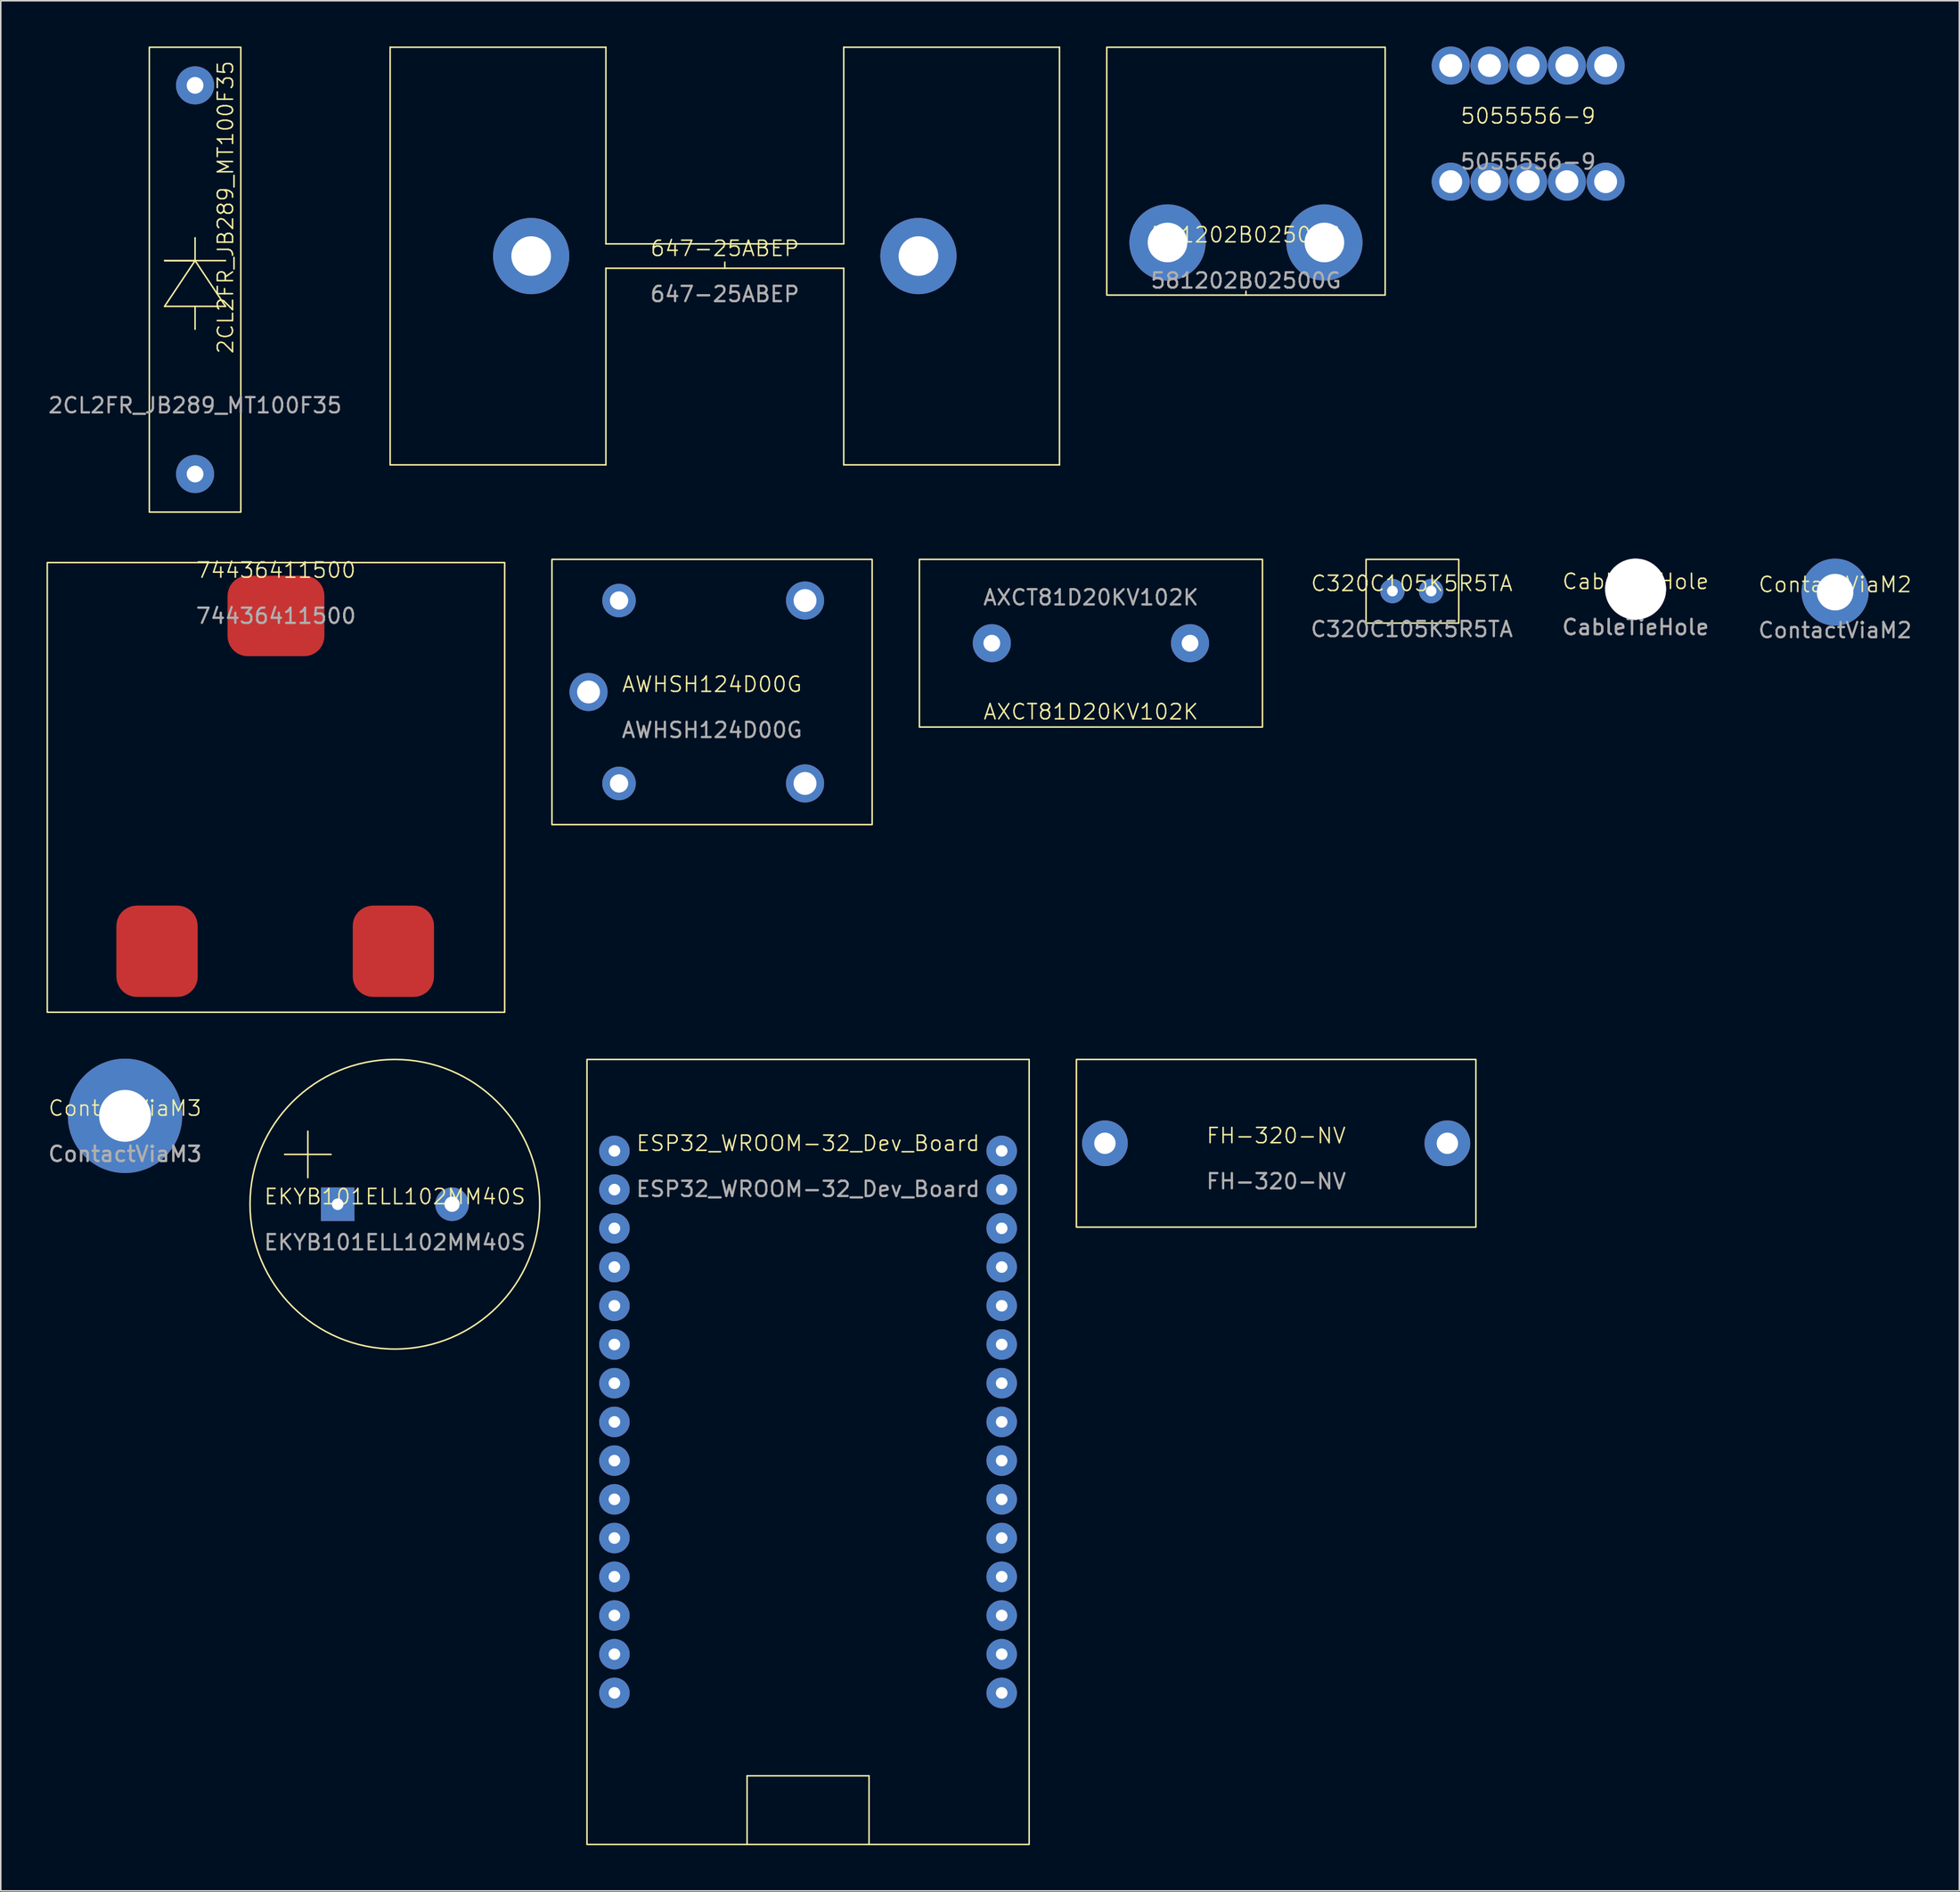
<source format=kicad_pcb>
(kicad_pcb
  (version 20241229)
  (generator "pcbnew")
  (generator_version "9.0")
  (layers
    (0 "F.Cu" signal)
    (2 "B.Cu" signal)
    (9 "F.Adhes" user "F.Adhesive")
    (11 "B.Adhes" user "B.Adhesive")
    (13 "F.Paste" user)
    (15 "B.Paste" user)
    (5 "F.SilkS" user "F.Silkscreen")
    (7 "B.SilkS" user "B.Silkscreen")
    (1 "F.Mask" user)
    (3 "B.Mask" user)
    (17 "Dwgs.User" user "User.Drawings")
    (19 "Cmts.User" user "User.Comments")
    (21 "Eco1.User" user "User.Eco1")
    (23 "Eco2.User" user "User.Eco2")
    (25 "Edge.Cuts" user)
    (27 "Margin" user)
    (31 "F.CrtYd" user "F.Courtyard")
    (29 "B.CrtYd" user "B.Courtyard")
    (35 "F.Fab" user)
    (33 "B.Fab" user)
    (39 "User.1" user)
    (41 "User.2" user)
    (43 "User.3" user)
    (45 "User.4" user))
  (footprint "C320C105K5R5TA"
    (layer "F.Cu")
    (at 89.544 35.73)
    (property "Reference" "C320C105K5R5TA" (at 0 -0.5 0) (unlocked yes) (layer "F.SilkS") (effects (font (size 1 1) (thickness 0.1))))
    (attr through_hole)
    (fp_rect (start -3 -2.08) (end 3.08 2.1) (stroke (width 0.1) (type default)) (fill no) (layer "F.SilkS"))
    (fp_text user "${REFERENCE}" (at 0 2.5 0) (unlocked yes) (layer "F.Fab") (effects (font (size 1 1) (thickness 0.15))))
    (pad "1" thru_hole circle (at -1.27 0) (size 1.6 1.6) (drill 0.7) (layers "*.Cu" "*.Mask"))
    (pad "2" thru_hole circle (at 1.27 0) (size 1.6 1.6) (drill 0.7) (layers "*.Cu" "*.Mask")))
  (footprint "581202B02500G"
    (layer "F.Cu")
    (at 78.668 12.86)
    (property "Reference" "581202B02500G" (at 0 -0.5 0) (unlocked yes) (layer "F.SilkS") (effects (font (size 1 1) (thickness 0.1))))
    (attr through_hole)
    (fp_line (start 0 3.45) (end 0 3.2) (stroke (width 0.1) (type default)) (layer "F.SilkS"))
    (fp_rect (start -9.13 -12.81) (end 9.13 3.45) (stroke (width 0.1) (type default)) (fill no) (layer "F.SilkS"))
    (fp_text user "${REFERENCE}" (at 0 2.5 0) (unlocked yes) (layer "F.Fab") (effects (font (size 1 1) (thickness 0.15))))
    (pad "1" thru_hole circle (at -5.145 0) (size 5 5) (drill 2.6) (layers "*.Cu" "*.Mask"))
    (pad "1" thru_hole circle (at 5.145 0) (size 5 5) (drill 2.6) (layers "*.Cu" "*.Mask")))
  (footprint "647-25ABEP"
    (layer "F.Cu")
    (at 44.488 13.75)
    (property "Reference" "647-25ABEP" (at 0 -0.5 0) (unlocked yes) (layer "F.SilkS") (effects (font (size 1 1) (thickness 0.1))))
    (attr through_hole)
    (fp_line (start -21.95 -13.7) (end -21.95 13.7) (stroke (width 0.1) (type default)) (layer "F.SilkS"))
    (fp_line (start -21.95 13.7) (end -7.8 13.7) (stroke (width 0.1) (type default)) (layer "F.SilkS"))
    (fp_line (start -7.8 -13.7) (end -21.95 -13.7) (stroke (width 0.1) (type default)) (layer "F.SilkS"))
    (fp_line (start -7.8 -0.8) (end -7.8 -13.7) (stroke (width 0.1) (type default)) (layer "F.SilkS"))
    (fp_line (start -7.8 -0.8) (end 7.8 -0.8) (stroke (width 0.1) (type default)) (layer "F.SilkS"))
    (fp_line (start -7.8 0.8) (end -7.8 13.7) (stroke (width 0.1) (type default)) (layer "F.SilkS"))
    (fp_line (start 0 0.8) (end 0 0.4) (stroke (width 0.1) (type default)) (layer "F.SilkS"))
    (fp_line (start 7.8 -0.8) (end 7.8 -13.7) (stroke (width 0.1) (type default)) (layer "F.SilkS"))
    (fp_line (start 7.8 0.8) (end -7.8 0.8) (stroke (width 0.1) (type default)) (layer "F.SilkS"))
    (fp_line (start 7.8 0.8) (end 7.8 13.7) (stroke (width 0.1) (type default)) (layer "F.SilkS"))
    (fp_line (start 7.8 13.7) (end 21.95 13.7) (stroke (width 0.1) (type default)) (layer "F.SilkS"))
    (fp_line (start 21.95 -13.7) (end 7.8 -13.7) (stroke (width 0.1) (type default)) (layer "F.SilkS"))
    (fp_line (start 21.95 13.7) (end 21.95 -13.7) (stroke (width 0.1) (type default)) (layer "F.SilkS"))
    (fp_text user "${REFERENCE}" (at 0 2.5 0) (unlocked yes) (layer "F.Fab") (effects (font (size 1 1) (thickness 0.15))))
    (pad "1" thru_hole circle (at -12.7 0) (size 5 5) (drill 2.6) (layers "*.Cu" "*.Mask"))
    (pad "1" thru_hole circle (at 12.7 0) (size 5 5) (drill 2.6) (layers "*.Cu" "*.Mask")))
  (footprint "5055556-9"
    (layer "F.Cu")
    (at 97.178 5.06)
    (property "Reference" "5055556-9" (at 0 -0.5 0) (unlocked yes) (layer "F.SilkS") (effects (font (size 1 1) (thickness 0.1))))
    (attr through_hole)
    (fp_text user "${REFERENCE}" (at 0 2.5 0) (unlocked yes) (layer "F.Fab") (effects (font (size 1 1) (thickness 0.15))))
    (pad "1" thru_hole circle (at -5.08 -3.81) (size 2.5 2.5) (drill 1.5) (layers "*.Cu" "*.Mask"))
    (pad "1" thru_hole circle (at -5.08 3.81) (size 2.5 2.5) (drill 1.5) (layers "*.Cu" "*.Mask"))
    (pad "1" thru_hole circle (at -2.54 -3.81) (size 2.5 2.5) (drill 1.5) (layers "*.Cu" "*.Mask"))
    (pad "1" thru_hole circle (at -2.54 3.81) (size 2.5 2.5) (drill 1.5) (layers "*.Cu" "*.Mask"))
    (pad "1" thru_hole circle (at 0 -3.81) (size 2.5 2.5) (drill 1.5) (layers "*.Cu" "*.Mask"))
    (pad "1" thru_hole circle (at 0 3.81) (size 2.5 2.5) (drill 1.5) (layers "*.Cu" "*.Mask"))
    (pad "1" thru_hole circle (at 2.54 -3.81) (size 2.5 2.5) (drill 1.5) (layers "*.Cu" "*.Mask"))
    (pad "1" thru_hole circle (at 2.54 3.81) (size 2.5 2.5) (drill 1.5) (layers "*.Cu" "*.Mask"))
    (pad "1" thru_hole circle (at 5.08 -3.81) (size 2.5 2.5) (drill 1.5) (layers "*.Cu" "*.Mask"))
    (pad "1" thru_hole circle (at 5.08 3.81) (size 2.5 2.5) (drill 1.5) (layers "*.Cu" "*.Mask")))
  (footprint "AWHSH124D00G"
    (layer "F.Cu")
    (at 43.65 42.35)
    (property "Reference" "AWHSH124D00G" (at 0 -0.5 0) (unlocked yes) (layer "F.SilkS") (effects (font (size 1 1) (thickness 0.1))))
    (attr through_hole)
    (fp_rect (start -10.5 -8.7) (end 10.5 8.7) (stroke (width 0.1) (type default)) (fill no) (layer "F.SilkS"))
    (fp_text user "${REFERENCE}" (at 0 2.5 0) (unlocked yes) (layer "F.Fab") (effects (font (size 1 1) (thickness 0.15))))
    (pad "1" thru_hole circle (at -6.1 -6) (size 2.2 2.2) (drill 1.2) (layers "*.Cu" "*.Mask"))
    (pad "2" thru_hole circle (at -8.1 0) (size 2.5 2.5) (drill 1.5) (layers "*.Cu" "*.Mask"))
    (pad "3" thru_hole circle (at -6.1 6) (size 2.2 2.2) (drill 1.2) (layers "*.Cu" "*.Mask"))
    (pad "4" thru_hole circle (at 6.1 6) (size 2.5 2.5) (drill 1.5) (layers "*.Cu" "*.Mask"))
    (pad "5" thru_hole circle (at 6.1 -6) (size 2.5 2.5) (drill 1.5) (layers "*.Cu" "*.Mask")))
  (footprint "ESP32_WROOM-32_Dev_Board"
    (layer "F.Cu")
    (at 49.948 72.46)
    (property "Reference" "ESP32_WROOM-32_Dev_Board" (at 0 -0.5 0) (unlocked yes) (layer "F.SilkS") (effects (font (size 1 1) (thickness 0.1))))
    (attr through_hole)
    (fp_line (start -4 41) (end 4 41) (stroke (width 0.1) (type default)) (layer "F.SilkS"))
    (fp_line (start -4 45.5) (end -4 41) (stroke (width 0.1) (type default)) (layer "F.SilkS"))
    (fp_line (start 4 41) (end 4 45.5) (stroke (width 0.1) (type default)) (layer "F.SilkS"))
    (fp_rect (start -14.5 -6) (end 14.5 45.5) (stroke (width 0.1) (type default)) (fill no) (layer "F.SilkS"))
    (fp_text user "${REFERENCE}" (at 0 2.5 0) (unlocked yes) (layer "F.Fab") (effects (font (size 1 1) (thickness 0.15))))
    (pad "1" thru_hole circle (at -12.7 0) (size 2 2) (drill 0.762) (layers "*.Cu" "*.Mask"))
    (pad "2" thru_hole circle (at -12.7 2.54) (size 2 2) (drill 0.762) (layers "*.Cu" "*.Mask" "B.Paste"))
    (pad "3" thru_hole circle (at -12.7 5.08) (size 2 2) (drill 0.762) (layers "*.Cu" "*.Mask"))
    (pad "4" thru_hole circle (at -12.7 7.62) (size 2 2) (drill 0.762) (layers "*.Cu" "*.Mask"))
    (pad "5" thru_hole circle (at -12.7 10.16) (size 2 2) (drill 0.762) (layers "*.Cu" "*.Mask"))
    (pad "6" thru_hole circle (at -12.7 12.7) (size 2 2) (drill 0.762) (layers "*.Cu" "*.Mask"))
    (pad "7" thru_hole circle (at -12.7 15.24) (size 2 2) (drill 0.762) (layers "*.Cu" "*.Mask"))
    (pad "8" thru_hole circle (at -12.7 17.78) (size 2 2) (drill 0.762) (layers "*.Cu" "*.Mask"))
    (pad "9" thru_hole circle (at -12.7 20.32) (size 2 2) (drill 0.762) (layers "*.Cu" "*.Mask"))
    (pad "10" thru_hole circle (at -12.7 22.86) (size 2 2) (drill 0.762) (layers "*.Cu" "*.Mask"))
    (pad "11" thru_hole circle (at -12.7 25.4) (size 2 2) (drill 0.762) (layers "*.Cu" "*.Mask"))
    (pad "12" thru_hole circle (at -12.7 27.94) (size 2 2) (drill 0.762) (layers "*.Cu" "*.Mask"))
    (pad "13" thru_hole circle (at -12.7 30.48) (size 2 2) (drill 0.762) (layers "*.Cu" "*.Mask"))
    (pad "14" thru_hole circle (at -12.7 33.02) (size 2 2) (drill 0.762) (layers "*.Cu" "*.Mask"))
    (pad "15" thru_hole circle (at -12.7 35.56) (size 2 2) (drill 0.762) (layers "*.Cu" "*.Mask"))
    (pad "16" thru_hole circle (at 12.7 35.56) (size 2 2) (drill 0.762) (layers "*.Cu" "*.Mask"))
    (pad "17" thru_hole circle (at 12.7 33.02) (size 2 2) (drill 0.762) (layers "*.Cu" "*.Mask"))
    (pad "18" thru_hole circle (at 12.7 30.48) (size 2 2) (drill 0.762) (layers "*.Cu" "*.Mask"))
    (pad "19" thru_hole circle (at 12.7 27.94) (size 2 2) (drill 0.762) (layers "*.Cu" "*.Mask"))
    (pad "20" thru_hole circle (at 12.7 25.4) (size 2 2) (drill 0.762) (layers "*.Cu" "*.Mask"))
    (pad "21" thru_hole circle (at 12.7 22.86) (size 2 2) (drill 0.762) (layers "*.Cu" "*.Mask"))
    (pad "22" thru_hole circle (at 12.7 20.32) (size 2 2) (drill 0.762) (layers "*.Cu" "*.Mask"))
    (pad "23" thru_hole circle (at 12.7 17.78) (size 2 2) (drill 0.762) (layers "*.Cu" "*.Mask"))
    (pad "24" thru_hole circle (at 12.7 15.24) (size 2 2) (drill 0.762) (layers "*.Cu" "*.Mask"))
    (pad "25" thru_hole circle (at 12.7 12.7) (size 2 2) (drill 0.762) (layers "*.Cu" "*.Mask"))
    (pad "26" thru_hole circle (at 12.7 10.16) (size 2 2) (drill 0.762) (layers "*.Cu" "*.Mask"))
    (pad "27" thru_hole circle (at 12.7 7.62) (size 2 2) (drill 0.762) (layers "*.Cu" "*.Mask"))
    (pad "28" thru_hole circle (at 12.7 5.08) (size 2 2) (drill 0.762) (layers "*.Cu" "*.Mask"))
    (pad "29" thru_hole circle (at 12.7 2.54) (size 2 2) (drill 0.762) (layers "*.Cu" "*.Mask" "B.Paste"))
    (pad "30" thru_hole circle (at 12.7 0) (size 2 2) (drill 0.762) (layers "*.Cu" "*.Mask")))
  (footprint "ContactViaM3"
    (layer "F.Cu")
    (at 5.149 70.16)
    (property "Reference" "ContactViaM3" (at 0 -0.5 0) (unlocked yes) (layer "F.SilkS") (effects (font (size 1 1) (thickness 0.1))))
    (attr through_hole)
    (fp_text user "${REFERENCE}" (at 0 2.5 0) (unlocked yes) (layer "F.Fab") (effects (font (size 1 1) (thickness 0.15))))
    (fp_text user "${REFERENCE}" (at 0 2.5 0) (unlocked yes) (layer "F.Fab") (effects (font (size 1 1) (thickness 0.15))))
    (pad "1" thru_hole circle (at 0 0) (size 7.5 7.5) (drill 3.4) (layers "*.Cu" "*.Mask")))
  (footprint "FH-320-NV"
    (layer "F.Cu")
    (at 80.648 71.96)
    (property "Reference" "FH-320-NV" (at 0 -0.5 0) (unlocked yes) (layer "F.SilkS") (effects (font (size 1 1) (thickness 0.1))))
    (attr through_hole)
    (fp_rect (start -13.1 -5.5) (end 13.1 5.5) (stroke (width 0.1) (type default)) (fill no) (layer "F.SilkS"))
    (fp_text user "${REFERENCE}" (at 0 2.5 0) (unlocked yes) (layer "F.Fab") (effects (font (size 1 1) (thickness 0.15))))
    (pad "1" thru_hole circle (at -11.23 0) (size 3 3) (drill 1.4) (layers "*.Cu" "*.Mask"))
    (pad "2" thru_hole circle (at 11.23 0) (size 3 3) (drill 1.4) (layers "*.Cu" "*.Mask")))
  (footprint "CableTieHole"
    (layer "F.Cu")
    (at 104.223 35.6)
    (property "Reference" "CableTieHole" (at 0 -0.5 0) (unlocked yes) (layer "F.SilkS") (effects (font (size 1 1) (thickness 0.1))))
    (attr through_hole)
    (fp_text user "${REFERENCE}" (at 0 2.5 0) (unlocked yes) (layer "F.Fab") (effects (font (size 1 1) (thickness 0.15))))
    (fp_text user "${REFERENCE}" (at 0 2.5 0) (unlocked yes) (layer "F.Fab") (effects (font (size 1 1) (thickness 0.15))))
    (pad "1" thru_hole circle (at 0 0) (size 4 4) (drill 4) (layers "*.Cu" "*.Mask")))
  (footprint "2CL2FR_JB289_MT100F35"
    (layer "F.Cu")
    (at 9.744 15.55)
    (property "Reference" "2CL2FR_JB289_MT100F35" (at 2 -5 90) (unlocked yes) (layer "F.SilkS") (effects (font (size 1 1) (thickness 0.1))))
    (attr through_hole)
    (fp_line (start -2 -1.5) (end 2 -1.5) (stroke (width 0.1) (type default)) (layer "F.SilkS"))
    (fp_line (start -2 1.5) (end 0 -1.5) (stroke (width 0.1) (type default)) (layer "F.SilkS"))
    (fp_line (start 0 -3) (end 0 -1.5) (stroke (width 0.1) (type default)) (layer "F.SilkS"))
    (fp_line (start 0 -1.5) (end -2 -1.5) (stroke (width 0.1) (type default)) (layer "F.SilkS"))
    (fp_line (start 0 -1.5) (end 2 1.5) (stroke (width 0.1) (type default)) (layer "F.SilkS"))
    (fp_line (start 0 1.5) (end 0 3) (stroke (width 0.1) (type default)) (layer "F.SilkS"))
    (fp_line (start 2 1.5) (end -2 1.5) (stroke (width 0.1) (type default)) (layer "F.SilkS"))
    (fp_rect (start -3 -15.5) (end 3 15) (stroke (width 0.1) (type default)) (fill no) (layer "F.SilkS"))
    (fp_text user "${REFERENCE}" (at 0 8 0) (unlocked yes) (layer "F.Fab") (effects (font (size 1 1) (thickness 0.15))))
    (pad "1" thru_hole circle (at 0 -13) (size 2.5 2.5) (drill 1.1) (layers "*.Cu" "*.Mask"))
    (pad "2" thru_hole circle (at 0 12.5) (size 2.5 2.5) (drill 1.1) (layers "*.Cu" "*.Mask")))
  (footprint "EKYB101ELL102MM40S"
    (layer "F.Cu")
    (at 22.848 75.96)
    (property "Reference" "EKYB101ELL102MM40S" (at 0 -0.5 0) (unlocked yes) (layer "F.SilkS") (effects (font (size 1 1) (thickness 0.1))))
    (attr through_hole)
    (fp_circle (center 0 0) (end 9.5 0) (stroke (width 0.1) (type default)) (fill no) (layer "F.SilkS"))
    (fp_text user "+" (at -8.25 -1.25 0) (unlocked yes) (layer "F.SilkS") (effects (font (size 4 4) (thickness 0.1)) (justify left bottom)))
    (fp_text user "${REFERENCE}" (at 0 2.5 0) (unlocked yes) (layer "F.Fab") (effects (font (size 1 1) (thickness 0.15))))
    (pad "1" thru_hole rect (at -3.75 0) (size 2.2 2.2) (drill 0.762) (layers "*.Cu" "*.Mask"))
    (pad "2" thru_hole circle (at 3.75 0) (size 2.2 2.2) (drill 1) (layers "*.Cu" "*.Mask")))
  (footprint "AXCT81D20KV102K"
    (layer "F.Cu")
    (at 68.5 39.15)
    (property "Reference" "AXCT81D20KV102K" (at 0 4.5 0) (unlocked yes) (layer "F.SilkS") (effects (font (size 1 1) (thickness 0.1))))
    (attr through_hole)
    (fp_rect (start -11.25 -5.5) (end 11.25 5.5) (stroke (width 0.1) (type default)) (fill no) (layer "F.SilkS"))
    (fp_text user "${REFERENCE}" (at 0 -3 0) (unlocked yes) (layer "F.Fab") (effects (font (size 1 1) (thickness 0.15))))
    (pad "1" thru_hole circle (at -6.5 0) (size 2.5 2.5) (drill 1.1) (layers "*.Cu" "*.Mask"))
    (pad "2" thru_hole circle (at 6.5 0) (size 2.5 2.5) (drill 1.1) (layers "*.Cu" "*.Mask")))
  (footprint "74436411500"
    (layer "F.Cu")
    (at 15.05 34.861)
    (property "Reference" "74436411500" (at 0 -0.5 0) (unlocked yes) (layer "F.SilkS") (effects (font (size 1 1) (thickness 0.1))))
    (attr smd)
    (fp_rect (start -15 -1) (end 15 28.5) (stroke (width 0.1) (type default)) (fill no) (layer "F.SilkS"))
    (fp_text user "${REFERENCE}" (at 0 2.5 0) (unlocked yes) (layer "F.Fab") (effects (font (size 1 1) (thickness 0.15))))
    (pad "1" smd roundrect (at -7.8 24.5) (size 5.33 5.99) (layers "F.Cu" "F.Mask" "F.Paste") (roundrect_rratio 0.25))
    (pad "2" smd roundrect (at 7.7 24.5) (size 5.33 5.99) (layers "F.Cu" "F.Mask" "F.Paste") (roundrect_rratio 0.25))
    (pad "3" smd roundrect (at 0 2.5) (size 6.35 5.28) (layers "F.Cu" "F.Mask" "F.Paste") (roundrect_rratio 0.25)))
  (footprint "ContactViaM2"
    (layer "F.Cu")
    (at 117.306 35.8)
    (property "Reference" "ContactViaM2" (at 0 -0.5 0) (unlocked yes) (layer "F.SilkS") (effects (font (size 1 1) (thickness 0.1))))
    (attr through_hole)
    (fp_text user "${REFERENCE}" (at 0 2.5 0) (unlocked yes) (layer "F.Fab") (effects (font (size 1 1) (thickness 0.15))))
    (pad "1" thru_hole circle (at 0 0) (size 4.4 4.4) (drill 2.4) (layers "*.Cu" "*.Mask")))
  (gr_rect
    (start -3 -3)
    (end 125.455 121.01)
    (stroke (width 0.1) (type default))
    (fill no)
    (layer "Edge.Cuts")))
</source>
